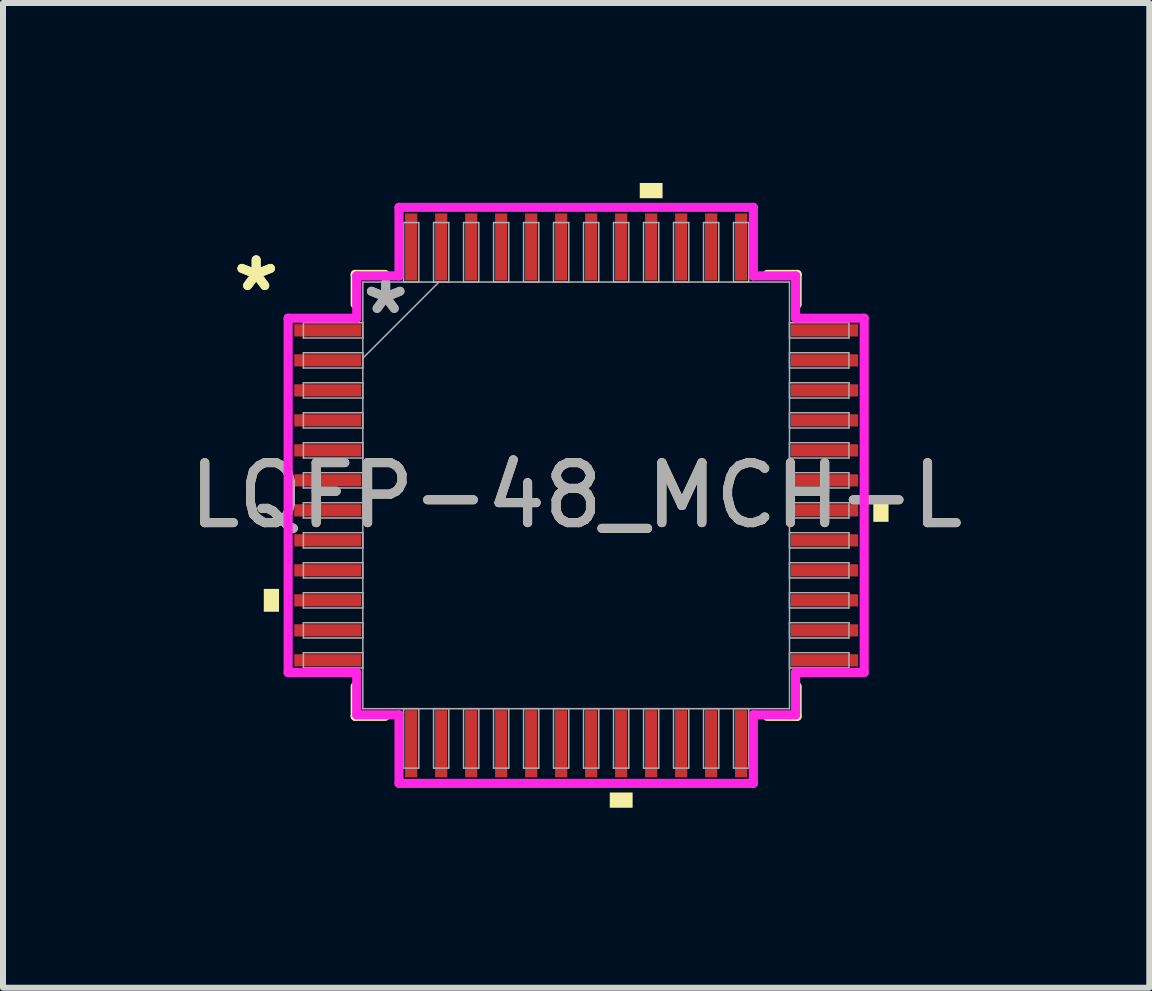
<source format=kicad_pcb>
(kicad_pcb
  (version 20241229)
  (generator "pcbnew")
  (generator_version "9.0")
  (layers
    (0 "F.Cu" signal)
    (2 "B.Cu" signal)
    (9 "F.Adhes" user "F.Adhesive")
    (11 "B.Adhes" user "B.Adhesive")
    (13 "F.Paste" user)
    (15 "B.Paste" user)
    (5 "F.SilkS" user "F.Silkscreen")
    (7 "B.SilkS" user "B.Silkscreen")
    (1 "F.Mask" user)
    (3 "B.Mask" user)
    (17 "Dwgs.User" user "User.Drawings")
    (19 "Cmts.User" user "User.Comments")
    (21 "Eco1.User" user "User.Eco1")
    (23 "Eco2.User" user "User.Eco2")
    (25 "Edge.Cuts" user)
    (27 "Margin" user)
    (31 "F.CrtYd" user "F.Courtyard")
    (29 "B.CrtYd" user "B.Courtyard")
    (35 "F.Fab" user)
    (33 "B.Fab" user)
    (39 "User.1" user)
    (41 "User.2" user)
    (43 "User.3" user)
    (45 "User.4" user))
  (footprint "LQFP-48_MCH-L"
    (layer "F.Cu")
    (at 6.554 5.207)
    (property "Reference" "LQFP-48_MCH-L" (at 0 0 0) (unlocked yes) (layer "F.SilkS") (effects (font (size 1 1) (thickness 0.15))))
    (attr smd)
    (fp_line (start -3.683 -3.683) (end -3.683 -3.184) (stroke (width 0.152) (type solid)) (layer "F.SilkS"))
    (fp_line (start -3.683 3.184) (end -3.683 3.683) (stroke (width 0.152) (type solid)) (layer "F.SilkS"))
    (fp_line (start -3.683 3.683) (end -3.184 3.683) (stroke (width 0.152) (type solid)) (layer "F.SilkS"))
    (fp_line (start -3.184 -3.683) (end -3.683 -3.683) (stroke (width 0.152) (type solid)) (layer "F.SilkS"))
    (fp_line (start 3.184 3.683) (end 3.683 3.683) (stroke (width 0.152) (type solid)) (layer "F.SilkS"))
    (fp_line (start 3.683 -3.683) (end 3.184 -3.683) (stroke (width 0.152) (type solid)) (layer "F.SilkS"))
    (fp_line (start 3.683 -3.184) (end 3.683 -3.683) (stroke (width 0.152) (type solid)) (layer "F.SilkS"))
    (fp_line (start 3.683 3.683) (end 3.683 3.184) (stroke (width 0.152) (type solid)) (layer "F.SilkS"))
    (fp_poly (pts (xy -5.207 1.559) (xy -5.207 1.94) (xy -4.953 1.94) (xy -4.953 1.559)) (stroke (width 0) (type solid)) (fill yes) (layer "F.SilkS"))
    (fp_poly (pts (xy 0.56 4.953) (xy 0.56 5.207) (xy 0.941 5.207) (xy 0.941 4.953)) (stroke (width 0) (type solid)) (fill yes) (layer "F.SilkS"))
    (fp_poly (pts (xy 1.06 -4.953) (xy 1.06 -5.207) (xy 1.44 -5.207) (xy 1.44 -4.953)) (stroke (width 0) (type solid)) (fill yes) (layer "F.SilkS"))
    (fp_poly (pts (xy 5.207 0.059) (xy 5.207 0.441) (xy 4.953 0.441) (xy 4.953 0.059)) (stroke (width 0) (type solid)) (fill yes) (layer "F.SilkS"))
    (fp_line (start -4.801 -2.953) (end -3.658 -2.953) (stroke (width 0.152) (type solid)) (layer "F.CrtYd"))
    (fp_line (start -4.801 2.953) (end -4.801 -2.953) (stroke (width 0.152) (type solid)) (layer "F.CrtYd"))
    (fp_line (start -3.658 -3.658) (end -2.953 -3.658) (stroke (width 0.152) (type solid)) (layer "F.CrtYd"))
    (fp_line (start -3.658 -2.953) (end -3.658 -3.658) (stroke (width 0.152) (type solid)) (layer "F.CrtYd"))
    (fp_line (start -3.658 2.953) (end -4.801 2.953) (stroke (width 0.152) (type solid)) (layer "F.CrtYd"))
    (fp_line (start -3.658 3.658) (end -3.658 2.953) (stroke (width 0.152) (type solid)) (layer "F.CrtYd"))
    (fp_line (start -3.658 3.658) (end -2.953 3.658) (stroke (width 0.152) (type solid)) (layer "F.CrtYd"))
    (fp_line (start -2.953 -4.801) (end 2.953 -4.801) (stroke (width 0.152) (type solid)) (layer "F.CrtYd"))
    (fp_line (start -2.953 -3.658) (end -2.953 -4.801) (stroke (width 0.152) (type solid)) (layer "F.CrtYd"))
    (fp_line (start -2.953 3.658) (end -2.953 4.801) (stroke (width 0.152) (type solid)) (layer "F.CrtYd"))
    (fp_line (start -2.953 4.801) (end 2.953 4.801) (stroke (width 0.152) (type solid)) (layer "F.CrtYd"))
    (fp_line (start 2.953 -4.801) (end 2.953 -3.658) (stroke (width 0.152) (type solid)) (layer "F.CrtYd"))
    (fp_line (start 2.953 -3.658) (end 3.658 -3.658) (stroke (width 0.152) (type solid)) (layer "F.CrtYd"))
    (fp_line (start 2.953 3.658) (end 3.658 3.658) (stroke (width 0.152) (type solid)) (layer "F.CrtYd"))
    (fp_line (start 2.953 4.801) (end 2.953 3.658) (stroke (width 0.152) (type solid)) (layer "F.CrtYd"))
    (fp_line (start 3.658 -2.953) (end 3.658 -3.658) (stroke (width 0.152) (type solid)) (layer "F.CrtYd"))
    (fp_line (start 3.658 2.953) (end 4.801 2.953) (stroke (width 0.152) (type solid)) (layer "F.CrtYd"))
    (fp_line (start 3.658 3.658) (end 3.658 2.953) (stroke (width 0.152) (type solid)) (layer "F.CrtYd"))
    (fp_line (start 4.801 -2.953) (end 3.658 -2.953) (stroke (width 0.152) (type solid)) (layer "F.CrtYd"))
    (fp_line (start 4.801 2.953) (end 4.801 -2.953) (stroke (width 0.152) (type solid)) (layer "F.CrtYd"))
    (fp_line (start -4.547 -2.877) (end -4.547 -2.623) (stroke (width 0.025) (type solid)) (layer "F.Fab"))
    (fp_line (start -4.547 -2.623) (end -3.556 -2.623) (stroke (width 0.025) (type solid)) (layer "F.Fab"))
    (fp_line (start -4.547 -2.377) (end -4.547 -2.123) (stroke (width 0.025) (type solid)) (layer "F.Fab"))
    (fp_line (start -4.547 -2.123) (end -3.556 -2.123) (stroke (width 0.025) (type solid)) (layer "F.Fab"))
    (fp_line (start -4.547 -1.877) (end -4.547 -1.623) (stroke (width 0.025) (type solid)) (layer "F.Fab"))
    (fp_line (start -4.547 -1.623) (end -3.556 -1.623) (stroke (width 0.025) (type solid)) (layer "F.Fab"))
    (fp_line (start -4.547 -1.377) (end -4.547 -1.123) (stroke (width 0.025) (type solid)) (layer "F.Fab"))
    (fp_line (start -4.547 -1.123) (end -3.556 -1.123) (stroke (width 0.025) (type solid)) (layer "F.Fab"))
    (fp_line (start -4.547 -0.877) (end -4.547 -0.623) (stroke (width 0.025) (type solid)) (layer "F.Fab"))
    (fp_line (start -4.547 -0.623) (end -3.556 -0.623) (stroke (width 0.025) (type solid)) (layer "F.Fab"))
    (fp_line (start -4.547 -0.377) (end -4.547 -0.123) (stroke (width 0.025) (type solid)) (layer "F.Fab"))
    (fp_line (start -4.547 -0.123) (end -3.556 -0.123) (stroke (width 0.025) (type solid)) (layer "F.Fab"))
    (fp_line (start -4.547 0.123) (end -4.547 0.377) (stroke (width 0.025) (type solid)) (layer "F.Fab"))
    (fp_line (start -4.547 0.377) (end -3.556 0.377) (stroke (width 0.025) (type solid)) (layer "F.Fab"))
    (fp_line (start -4.547 0.623) (end -4.547 0.877) (stroke (width 0.025) (type solid)) (layer "F.Fab"))
    (fp_line (start -4.547 0.877) (end -3.556 0.877) (stroke (width 0.025) (type solid)) (layer "F.Fab"))
    (fp_line (start -4.547 1.123) (end -4.547 1.377) (stroke (width 0.025) (type solid)) (layer "F.Fab"))
    (fp_line (start -4.547 1.377) (end -3.556 1.377) (stroke (width 0.025) (type solid)) (layer "F.Fab"))
    (fp_line (start -4.547 1.623) (end -4.547 1.877) (stroke (width 0.025) (type solid)) (layer "F.Fab"))
    (fp_line (start -4.547 1.877) (end -3.556 1.877) (stroke (width 0.025) (type solid)) (layer "F.Fab"))
    (fp_line (start -4.547 2.123) (end -4.547 2.377) (stroke (width 0.025) (type solid)) (layer "F.Fab"))
    (fp_line (start -4.547 2.377) (end -3.556 2.377) (stroke (width 0.025) (type solid)) (layer "F.Fab"))
    (fp_line (start -4.547 2.623) (end -4.547 2.877) (stroke (width 0.025) (type solid)) (layer "F.Fab"))
    (fp_line (start -4.547 2.877) (end -3.556 2.877) (stroke (width 0.025) (type solid)) (layer "F.Fab"))
    (fp_line (start -3.556 -3.556) (end -3.556 3.556) (stroke (width 0.025) (type solid)) (layer "F.Fab"))
    (fp_line (start -3.556 -2.877) (end -4.547 -2.877) (stroke (width 0.025) (type solid)) (layer "F.Fab"))
    (fp_line (start -3.556 -2.623) (end -3.556 -2.877) (stroke (width 0.025) (type solid)) (layer "F.Fab"))
    (fp_line (start -3.556 -2.377) (end -4.547 -2.377) (stroke (width 0.025) (type solid)) (layer "F.Fab"))
    (fp_line (start -3.556 -2.286) (end -2.286 -3.556) (stroke (width 0.025) (type solid)) (layer "F.Fab"))
    (fp_line (start -3.556 -2.123) (end -3.556 -2.377) (stroke (width 0.025) (type solid)) (layer "F.Fab"))
    (fp_line (start -3.556 -1.877) (end -4.547 -1.877) (stroke (width 0.025) (type solid)) (layer "F.Fab"))
    (fp_line (start -3.556 -1.623) (end -3.556 -1.877) (stroke (width 0.025) (type solid)) (layer "F.Fab"))
    (fp_line (start -3.556 -1.377) (end -4.547 -1.377) (stroke (width 0.025) (type solid)) (layer "F.Fab"))
    (fp_line (start -3.556 -1.123) (end -3.556 -1.377) (stroke (width 0.025) (type solid)) (layer "F.Fab"))
    (fp_line (start -3.556 -0.877) (end -4.547 -0.877) (stroke (width 0.025) (type solid)) (layer "F.Fab"))
    (fp_line (start -3.556 -0.623) (end -3.556 -0.877) (stroke (width 0.025) (type solid)) (layer "F.Fab"))
    (fp_line (start -3.556 -0.377) (end -4.547 -0.377) (stroke (width 0.025) (type solid)) (layer "F.Fab"))
    (fp_line (start -3.556 -0.123) (end -3.556 -0.377) (stroke (width 0.025) (type solid)) (layer "F.Fab"))
    (fp_line (start -3.556 0.123) (end -4.547 0.123) (stroke (width 0.025) (type solid)) (layer "F.Fab"))
    (fp_line (start -3.556 0.377) (end -3.556 0.123) (stroke (width 0.025) (type solid)) (layer "F.Fab"))
    (fp_line (start -3.556 0.623) (end -4.547 0.623) (stroke (width 0.025) (type solid)) (layer "F.Fab"))
    (fp_line (start -3.556 0.877) (end -3.556 0.623) (stroke (width 0.025) (type solid)) (layer "F.Fab"))
    (fp_line (start -3.556 1.123) (end -4.547 1.123) (stroke (width 0.025) (type solid)) (layer "F.Fab"))
    (fp_line (start -3.556 1.377) (end -3.556 1.123) (stroke (width 0.025) (type solid)) (layer "F.Fab"))
    (fp_line (start -3.556 1.623) (end -4.547 1.623) (stroke (width 0.025) (type solid)) (layer "F.Fab"))
    (fp_line (start -3.556 1.877) (end -3.556 1.623) (stroke (width 0.025) (type solid)) (layer "F.Fab"))
    (fp_line (start -3.556 2.123) (end -4.547 2.123) (stroke (width 0.025) (type solid)) (layer "F.Fab"))
    (fp_line (start -3.556 2.377) (end -3.556 2.123) (stroke (width 0.025) (type solid)) (layer "F.Fab"))
    (fp_line (start -3.556 2.623) (end -4.547 2.623) (stroke (width 0.025) (type solid)) (layer "F.Fab"))
    (fp_line (start -3.556 2.877) (end -3.556 2.623) (stroke (width 0.025) (type solid)) (layer "F.Fab"))
    (fp_line (start -3.556 3.556) (end 3.556 3.556) (stroke (width 0.025) (type solid)) (layer "F.Fab"))
    (fp_line (start -2.877 -4.547) (end -2.877 -3.556) (stroke (width 0.025) (type solid)) (layer "F.Fab"))
    (fp_line (start -2.877 -3.556) (end -2.623 -3.556) (stroke (width 0.025) (type solid)) (layer "F.Fab"))
    (fp_line (start -2.877 3.556) (end -2.877 4.547) (stroke (width 0.025) (type solid)) (layer "F.Fab"))
    (fp_line (start -2.877 4.547) (end -2.623 4.547) (stroke (width 0.025) (type solid)) (layer "F.Fab"))
    (fp_line (start -2.623 -4.547) (end -2.877 -4.547) (stroke (width 0.025) (type solid)) (layer "F.Fab"))
    (fp_line (start -2.623 -3.556) (end -2.623 -4.547) (stroke (width 0.025) (type solid)) (layer "F.Fab"))
    (fp_line (start -2.623 3.556) (end -2.877 3.556) (stroke (width 0.025) (type solid)) (layer "F.Fab"))
    (fp_line (start -2.623 4.547) (end -2.623 3.556) (stroke (width 0.025) (type solid)) (layer "F.Fab"))
    (fp_line (start -2.377 -4.547) (end -2.377 -3.556) (stroke (width 0.025) (type solid)) (layer "F.Fab"))
    (fp_line (start -2.377 -3.556) (end -2.123 -3.556) (stroke (width 0.025) (type solid)) (layer "F.Fab"))
    (fp_line (start -2.377 3.556) (end -2.377 4.547) (stroke (width 0.025) (type solid)) (layer "F.Fab"))
    (fp_line (start -2.377 4.547) (end -2.123 4.547) (stroke (width 0.025) (type solid)) (layer "F.Fab"))
    (fp_line (start -2.123 -4.547) (end -2.377 -4.547) (stroke (width 0.025) (type solid)) (layer "F.Fab"))
    (fp_line (start -2.123 -3.556) (end -2.123 -4.547) (stroke (width 0.025) (type solid)) (layer "F.Fab"))
    (fp_line (start -2.123 3.556) (end -2.377 3.556) (stroke (width 0.025) (type solid)) (layer "F.Fab"))
    (fp_line (start -2.123 4.547) (end -2.123 3.556) (stroke (width 0.025) (type solid)) (layer "F.Fab"))
    (fp_line (start -1.877 -4.547) (end -1.877 -3.556) (stroke (width 0.025) (type solid)) (layer "F.Fab"))
    (fp_line (start -1.877 -3.556) (end -1.623 -3.556) (stroke (width 0.025) (type solid)) (layer "F.Fab"))
    (fp_line (start -1.877 3.556) (end -1.877 4.547) (stroke (width 0.025) (type solid)) (layer "F.Fab"))
    (fp_line (start -1.877 4.547) (end -1.623 4.547) (stroke (width 0.025) (type solid)) (layer "F.Fab"))
    (fp_line (start -1.623 -4.547) (end -1.877 -4.547) (stroke (width 0.025) (type solid)) (layer "F.Fab"))
    (fp_line (start -1.623 -3.556) (end -1.623 -4.547) (stroke (width 0.025) (type solid)) (layer "F.Fab"))
    (fp_line (start -1.623 3.556) (end -1.877 3.556) (stroke (width 0.025) (type solid)) (layer "F.Fab"))
    (fp_line (start -1.623 4.547) (end -1.623 3.556) (stroke (width 0.025) (type solid)) (layer "F.Fab"))
    (fp_line (start -1.377 -4.547) (end -1.377 -3.556) (stroke (width 0.025) (type solid)) (layer "F.Fab"))
    (fp_line (start -1.377 -3.556) (end -1.123 -3.556) (stroke (width 0.025) (type solid)) (layer "F.Fab"))
    (fp_line (start -1.377 3.556) (end -1.377 4.547) (stroke (width 0.025) (type solid)) (layer "F.Fab"))
    (fp_line (start -1.377 4.547) (end -1.123 4.547) (stroke (width 0.025) (type solid)) (layer "F.Fab"))
    (fp_line (start -1.123 -4.547) (end -1.377 -4.547) (stroke (width 0.025) (type solid)) (layer "F.Fab"))
    (fp_line (start -1.123 -3.556) (end -1.123 -4.547) (stroke (width 0.025) (type solid)) (layer "F.Fab"))
    (fp_line (start -1.123 3.556) (end -1.377 3.556) (stroke (width 0.025) (type solid)) (layer "F.Fab"))
    (fp_line (start -1.123 4.547) (end -1.123 3.556) (stroke (width 0.025) (type solid)) (layer "F.Fab"))
    (fp_line (start -0.877 -4.547) (end -0.877 -3.556) (stroke (width 0.025) (type solid)) (layer "F.Fab"))
    (fp_line (start -0.877 -3.556) (end -0.623 -3.556) (stroke (width 0.025) (type solid)) (layer "F.Fab"))
    (fp_line (start -0.877 3.556) (end -0.877 4.547) (stroke (width 0.025) (type solid)) (layer "F.Fab"))
    (fp_line (start -0.877 4.547) (end -0.623 4.547) (stroke (width 0.025) (type solid)) (layer "F.Fab"))
    (fp_line (start -0.623 -4.547) (end -0.877 -4.547) (stroke (width 0.025) (type solid)) (layer "F.Fab"))
    (fp_line (start -0.623 -3.556) (end -0.623 -4.547) (stroke (width 0.025) (type solid)) (layer "F.Fab"))
    (fp_line (start -0.623 3.556) (end -0.877 3.556) (stroke (width 0.025) (type solid)) (layer "F.Fab"))
    (fp_line (start -0.623 4.547) (end -0.623 3.556) (stroke (width 0.025) (type solid)) (layer "F.Fab"))
    (fp_line (start -0.377 -4.547) (end -0.377 -3.556) (stroke (width 0.025) (type solid)) (layer "F.Fab"))
    (fp_line (start -0.377 -3.556) (end -0.123 -3.556) (stroke (width 0.025) (type solid)) (layer "F.Fab"))
    (fp_line (start -0.377 3.556) (end -0.377 4.547) (stroke (width 0.025) (type solid)) (layer "F.Fab"))
    (fp_line (start -0.377 4.547) (end -0.123 4.547) (stroke (width 0.025) (type solid)) (layer "F.Fab"))
    (fp_line (start -0.123 -4.547) (end -0.377 -4.547) (stroke (width 0.025) (type solid)) (layer "F.Fab"))
    (fp_line (start -0.123 -3.556) (end -0.123 -4.547) (stroke (width 0.025) (type solid)) (layer "F.Fab"))
    (fp_line (start -0.123 3.556) (end -0.377 3.556) (stroke (width 0.025) (type solid)) (layer "F.Fab"))
    (fp_line (start -0.123 4.547) (end -0.123 3.556) (stroke (width 0.025) (type solid)) (layer "F.Fab"))
    (fp_line (start 0.123 -4.547) (end 0.123 -3.556) (stroke (width 0.025) (type solid)) (layer "F.Fab"))
    (fp_line (start 0.123 -3.556) (end 0.377 -3.556) (stroke (width 0.025) (type solid)) (layer "F.Fab"))
    (fp_line (start 0.123 3.556) (end 0.123 4.547) (stroke (width 0.025) (type solid)) (layer "F.Fab"))
    (fp_line (start 0.123 4.547) (end 0.377 4.547) (stroke (width 0.025) (type solid)) (layer "F.Fab"))
    (fp_line (start 0.377 -4.547) (end 0.123 -4.547) (stroke (width 0.025) (type solid)) (layer "F.Fab"))
    (fp_line (start 0.377 -3.556) (end 0.377 -4.547) (stroke (width 0.025) (type solid)) (layer "F.Fab"))
    (fp_line (start 0.377 3.556) (end 0.123 3.556) (stroke (width 0.025) (type solid)) (layer "F.Fab"))
    (fp_line (start 0.377 4.547) (end 0.377 3.556) (stroke (width 0.025) (type solid)) (layer "F.Fab"))
    (fp_line (start 0.623 -4.547) (end 0.623 -3.556) (stroke (width 0.025) (type solid)) (layer "F.Fab"))
    (fp_line (start 0.623 -3.556) (end 0.877 -3.556) (stroke (width 0.025) (type solid)) (layer "F.Fab"))
    (fp_line (start 0.623 3.556) (end 0.623 4.547) (stroke (width 0.025) (type solid)) (layer "F.Fab"))
    (fp_line (start 0.623 4.547) (end 0.877 4.547) (stroke (width 0.025) (type solid)) (layer "F.Fab"))
    (fp_line (start 0.877 -4.547) (end 0.623 -4.547) (stroke (width 0.025) (type solid)) (layer "F.Fab"))
    (fp_line (start 0.877 -3.556) (end 0.877 -4.547) (stroke (width 0.025) (type solid)) (layer "F.Fab"))
    (fp_line (start 0.877 3.556) (end 0.623 3.556) (stroke (width 0.025) (type solid)) (layer "F.Fab"))
    (fp_line (start 0.877 4.547) (end 0.877 3.556) (stroke (width 0.025) (type solid)) (layer "F.Fab"))
    (fp_line (start 1.123 -4.547) (end 1.123 -3.556) (stroke (width 0.025) (type solid)) (layer "F.Fab"))
    (fp_line (start 1.123 -3.556) (end 1.377 -3.556) (stroke (width 0.025) (type solid)) (layer "F.Fab"))
    (fp_line (start 1.123 3.556) (end 1.123 4.547) (stroke (width 0.025) (type solid)) (layer "F.Fab"))
    (fp_line (start 1.123 4.547) (end 1.377 4.547) (stroke (width 0.025) (type solid)) (layer "F.Fab"))
    (fp_line (start 1.377 -4.547) (end 1.123 -4.547) (stroke (width 0.025) (type solid)) (layer "F.Fab"))
    (fp_line (start 1.377 -3.556) (end 1.377 -4.547) (stroke (width 0.025) (type solid)) (layer "F.Fab"))
    (fp_line (start 1.377 3.556) (end 1.123 3.556) (stroke (width 0.025) (type solid)) (layer "F.Fab"))
    (fp_line (start 1.377 4.547) (end 1.377 3.556) (stroke (width 0.025) (type solid)) (layer "F.Fab"))
    (fp_line (start 1.623 -4.547) (end 1.623 -3.556) (stroke (width 0.025) (type solid)) (layer "F.Fab"))
    (fp_line (start 1.623 -3.556) (end 1.877 -3.556) (stroke (width 0.025) (type solid)) (layer "F.Fab"))
    (fp_line (start 1.623 3.556) (end 1.623 4.547) (stroke (width 0.025) (type solid)) (layer "F.Fab"))
    (fp_line (start 1.623 4.547) (end 1.877 4.547) (stroke (width 0.025) (type solid)) (layer "F.Fab"))
    (fp_line (start 1.877 -4.547) (end 1.623 -4.547) (stroke (width 0.025) (type solid)) (layer "F.Fab"))
    (fp_line (start 1.877 -3.556) (end 1.877 -4.547) (stroke (width 0.025) (type solid)) (layer "F.Fab"))
    (fp_line (start 1.877 3.556) (end 1.623 3.556) (stroke (width 0.025) (type solid)) (layer "F.Fab"))
    (fp_line (start 1.877 4.547) (end 1.877 3.556) (stroke (width 0.025) (type solid)) (layer "F.Fab"))
    (fp_line (start 2.123 -4.547) (end 2.123 -3.556) (stroke (width 0.025) (type solid)) (layer "F.Fab"))
    (fp_line (start 2.123 -3.556) (end 2.377 -3.556) (stroke (width 0.025) (type solid)) (layer "F.Fab"))
    (fp_line (start 2.123 3.556) (end 2.123 4.547) (stroke (width 0.025) (type solid)) (layer "F.Fab"))
    (fp_line (start 2.123 4.547) (end 2.377 4.547) (stroke (width 0.025) (type solid)) (layer "F.Fab"))
    (fp_line (start 2.377 -4.547) (end 2.123 -4.547) (stroke (width 0.025) (type solid)) (layer "F.Fab"))
    (fp_line (start 2.377 -3.556) (end 2.377 -4.547) (stroke (width 0.025) (type solid)) (layer "F.Fab"))
    (fp_line (start 2.377 3.556) (end 2.123 3.556) (stroke (width 0.025) (type solid)) (layer "F.Fab"))
    (fp_line (start 2.377 4.547) (end 2.377 3.556) (stroke (width 0.025) (type solid)) (layer "F.Fab"))
    (fp_line (start 2.623 -4.547) (end 2.623 -3.556) (stroke (width 0.025) (type solid)) (layer "F.Fab"))
    (fp_line (start 2.623 -3.556) (end 2.877 -3.556) (stroke (width 0.025) (type solid)) (layer "F.Fab"))
    (fp_line (start 2.623 3.556) (end 2.623 4.547) (stroke (width 0.025) (type solid)) (layer "F.Fab"))
    (fp_line (start 2.623 4.547) (end 2.877 4.547) (stroke (width 0.025) (type solid)) (layer "F.Fab"))
    (fp_line (start 2.877 -4.547) (end 2.623 -4.547) (stroke (width 0.025) (type solid)) (layer "F.Fab"))
    (fp_line (start 2.877 -3.556) (end 2.877 -4.547) (stroke (width 0.025) (type solid)) (layer "F.Fab"))
    (fp_line (start 2.877 3.556) (end 2.623 3.556) (stroke (width 0.025) (type solid)) (layer "F.Fab"))
    (fp_line (start 2.877 4.547) (end 2.877 3.556) (stroke (width 0.025) (type solid)) (layer "F.Fab"))
    (fp_line (start 3.556 -3.556) (end -3.556 -3.556) (stroke (width 0.025) (type solid)) (layer "F.Fab"))
    (fp_line (start 3.556 -2.877) (end 3.556 -2.623) (stroke (width 0.025) (type solid)) (layer "F.Fab"))
    (fp_line (start 3.556 -2.623) (end 4.547 -2.623) (stroke (width 0.025) (type solid)) (layer "F.Fab"))
    (fp_line (start 3.556 -2.377) (end 3.556 -2.123) (stroke (width 0.025) (type solid)) (layer "F.Fab"))
    (fp_line (start 3.556 -2.123) (end 4.547 -2.123) (stroke (width 0.025) (type solid)) (layer "F.Fab"))
    (fp_line (start 3.556 -1.877) (end 3.556 -1.623) (stroke (width 0.025) (type solid)) (layer "F.Fab"))
    (fp_line (start 3.556 -1.623) (end 4.547 -1.623) (stroke (width 0.025) (type solid)) (layer "F.Fab"))
    (fp_line (start 3.556 -1.377) (end 3.556 -1.123) (stroke (width 0.025) (type solid)) (layer "F.Fab"))
    (fp_line (start 3.556 -1.123) (end 4.547 -1.123) (stroke (width 0.025) (type solid)) (layer "F.Fab"))
    (fp_line (start 3.556 -0.877) (end 3.556 -0.623) (stroke (width 0.025) (type solid)) (layer "F.Fab"))
    (fp_line (start 3.556 -0.623) (end 4.547 -0.623) (stroke (width 0.025) (type solid)) (layer "F.Fab"))
    (fp_line (start 3.556 -0.377) (end 3.556 -0.123) (stroke (width 0.025) (type solid)) (layer "F.Fab"))
    (fp_line (start 3.556 -0.123) (end 4.547 -0.123) (stroke (width 0.025) (type solid)) (layer "F.Fab"))
    (fp_line (start 3.556 0.123) (end 3.556 0.377) (stroke (width 0.025) (type solid)) (layer "F.Fab"))
    (fp_line (start 3.556 0.377) (end 4.547 0.377) (stroke (width 0.025) (type solid)) (layer "F.Fab"))
    (fp_line (start 3.556 0.623) (end 3.556 0.877) (stroke (width 0.025) (type solid)) (layer "F.Fab"))
    (fp_line (start 3.556 0.877) (end 4.547 0.877) (stroke (width 0.025) (type solid)) (layer "F.Fab"))
    (fp_line (start 3.556 1.123) (end 3.556 1.377) (stroke (width 0.025) (type solid)) (layer "F.Fab"))
    (fp_line (start 3.556 1.377) (end 4.547 1.377) (stroke (width 0.025) (type solid)) (layer "F.Fab"))
    (fp_line (start 3.556 1.623) (end 3.556 1.877) (stroke (width 0.025) (type solid)) (layer "F.Fab"))
    (fp_line (start 3.556 1.877) (end 4.547 1.877) (stroke (width 0.025) (type solid)) (layer "F.Fab"))
    (fp_line (start 3.556 2.123) (end 3.556 2.377) (stroke (width 0.025) (type solid)) (layer "F.Fab"))
    (fp_line (start 3.556 2.377) (end 4.547 2.377) (stroke (width 0.025) (type solid)) (layer "F.Fab"))
    (fp_line (start 3.556 2.623) (end 3.556 2.877) (stroke (width 0.025) (type solid)) (layer "F.Fab"))
    (fp_line (start 3.556 2.877) (end 4.547 2.877) (stroke (width 0.025) (type solid)) (layer "F.Fab"))
    (fp_line (start 3.556 3.556) (end 3.556 -3.556) (stroke (width 0.025) (type solid)) (layer "F.Fab"))
    (fp_line (start 4.547 -2.877) (end 3.556 -2.877) (stroke (width 0.025) (type solid)) (layer "F.Fab"))
    (fp_line (start 4.547 -2.623) (end 4.547 -2.877) (stroke (width 0.025) (type solid)) (layer "F.Fab"))
    (fp_line (start 4.547 -2.377) (end 3.556 -2.377) (stroke (width 0.025) (type solid)) (layer "F.Fab"))
    (fp_line (start 4.547 -2.123) (end 4.547 -2.377) (stroke (width 0.025) (type solid)) (layer "F.Fab"))
    (fp_line (start 4.547 -1.877) (end 3.556 -1.877) (stroke (width 0.025) (type solid)) (layer "F.Fab"))
    (fp_line (start 4.547 -1.623) (end 4.547 -1.877) (stroke (width 0.025) (type solid)) (layer "F.Fab"))
    (fp_line (start 4.547 -1.377) (end 3.556 -1.377) (stroke (width 0.025) (type solid)) (layer "F.Fab"))
    (fp_line (start 4.547 -1.123) (end 4.547 -1.377) (stroke (width 0.025) (type solid)) (layer "F.Fab"))
    (fp_line (start 4.547 -0.877) (end 3.556 -0.877) (stroke (width 0.025) (type solid)) (layer "F.Fab"))
    (fp_line (start 4.547 -0.623) (end 4.547 -0.877) (stroke (width 0.025) (type solid)) (layer "F.Fab"))
    (fp_line (start 4.547 -0.377) (end 3.556 -0.377) (stroke (width 0.025) (type solid)) (layer "F.Fab"))
    (fp_line (start 4.547 -0.123) (end 4.547 -0.377) (stroke (width 0.025) (type solid)) (layer "F.Fab"))
    (fp_line (start 4.547 0.123) (end 3.556 0.123) (stroke (width 0.025) (type solid)) (layer "F.Fab"))
    (fp_line (start 4.547 0.377) (end 4.547 0.123) (stroke (width 0.025) (type solid)) (layer "F.Fab"))
    (fp_line (start 4.547 0.623) (end 3.556 0.623) (stroke (width 0.025) (type solid)) (layer "F.Fab"))
    (fp_line (start 4.547 0.877) (end 4.547 0.623) (stroke (width 0.025) (type solid)) (layer "F.Fab"))
    (fp_line (start 4.547 1.123) (end 3.556 1.123) (stroke (width 0.025) (type solid)) (layer "F.Fab"))
    (fp_line (start 4.547 1.377) (end 4.547 1.123) (stroke (width 0.025) (type solid)) (layer "F.Fab"))
    (fp_line (start 4.547 1.623) (end 3.556 1.623) (stroke (width 0.025) (type solid)) (layer "F.Fab"))
    (fp_line (start 4.547 1.877) (end 4.547 1.623) (stroke (width 0.025) (type solid)) (layer "F.Fab"))
    (fp_line (start 4.547 2.123) (end 3.556 2.123) (stroke (width 0.025) (type solid)) (layer "F.Fab"))
    (fp_line (start 4.547 2.377) (end 4.547 2.123) (stroke (width 0.025) (type solid)) (layer "F.Fab"))
    (fp_line (start 4.547 2.623) (end 3.556 2.623) (stroke (width 0.025) (type solid)) (layer "F.Fab"))
    (fp_line (start 4.547 2.877) (end 4.547 2.623) (stroke (width 0.025) (type solid)) (layer "F.Fab"))
    (fp_text user "*" (at -5.334 -3.381 0) (layer "F.SilkS") (effects (font (size 1 1) (thickness 0.15))))
    (fp_text user "*" (at -5.334 -3.381 0) (unlocked yes) (layer "F.SilkS") (effects (font (size 1 1) (thickness 0.15))))
    (fp_text user "*" (at -3.175 -3 0) (unlocked yes) (layer "F.Fab") (effects (font (size 1 1) (thickness 0.15))))
    (fp_text user "*" (at -3.175 -3 0) (layer "F.Fab") (effects (font (size 1 1) (thickness 0.15))))
    (fp_text user "${REFERENCE}" (at 0 0 0) (unlocked yes) (layer "F.Fab") (effects (font (size 1 1) (thickness 0.15))))
    (pad "1" smd rect (at -4.14 -2.75 90) (size 0.203 1.118) (layers "F.Cu" "F.Mask" "F.Paste"))
    (pad "2" smd rect (at -4.14 -2.25 90) (size 0.203 1.118) (layers "F.Cu" "F.Mask" "F.Paste"))
    (pad "3" smd rect (at -4.14 -1.75 90) (size 0.203 1.118) (layers "F.Cu" "F.Mask" "F.Paste"))
    (pad "4" smd rect (at -4.14 -1.25 90) (size 0.203 1.118) (layers "F.Cu" "F.Mask" "F.Paste"))
    (pad "5" smd rect (at -4.14 -0.75 90) (size 0.203 1.118) (layers "F.Cu" "F.Mask" "F.Paste"))
    (pad "6" smd rect (at -4.14 -0.25 90) (size 0.203 1.118) (layers "F.Cu" "F.Mask" "F.Paste"))
    (pad "7" smd rect (at -4.14 0.25 90) (size 0.203 1.118) (layers "F.Cu" "F.Mask" "F.Paste"))
    (pad "8" smd rect (at -4.14 0.75 90) (size 0.203 1.118) (layers "F.Cu" "F.Mask" "F.Paste"))
    (pad "9" smd rect (at -4.14 1.25 90) (size 0.203 1.118) (layers "F.Cu" "F.Mask" "F.Paste"))
    (pad "10" smd rect (at -4.14 1.75 90) (size 0.203 1.118) (layers "F.Cu" "F.Mask" "F.Paste"))
    (pad "11" smd rect (at -4.14 2.25 90) (size 0.203 1.118) (layers "F.Cu" "F.Mask" "F.Paste"))
    (pad "12" smd rect (at -4.14 2.75 90) (size 0.203 1.118) (layers "F.Cu" "F.Mask" "F.Paste"))
    (pad "13" smd rect (at -2.75 4.14) (size 0.203 1.118) (layers "F.Cu" "F.Mask" "F.Paste"))
    (pad "14" smd rect (at -2.25 4.14) (size 0.203 1.118) (layers "F.Cu" "F.Mask" "F.Paste"))
    (pad "15" smd rect (at -1.75 4.14) (size 0.203 1.118) (layers "F.Cu" "F.Mask" "F.Paste"))
    (pad "16" smd rect (at -1.25 4.14) (size 0.203 1.118) (layers "F.Cu" "F.Mask" "F.Paste"))
    (pad "17" smd rect (at -0.75 4.14) (size 0.203 1.118) (layers "F.Cu" "F.Mask" "F.Paste"))
    (pad "18" smd rect (at -0.25 4.14) (size 0.203 1.118) (layers "F.Cu" "F.Mask" "F.Paste"))
    (pad "19" smd rect (at 0.25 4.14) (size 0.203 1.118) (layers "F.Cu" "F.Mask" "F.Paste"))
    (pad "20" smd rect (at 0.75 4.14) (size 0.203 1.118) (layers "F.Cu" "F.Mask" "F.Paste"))
    (pad "21" smd rect (at 1.25 4.14) (size 0.203 1.118) (layers "F.Cu" "F.Mask" "F.Paste"))
    (pad "22" smd rect (at 1.75 4.14) (size 0.203 1.118) (layers "F.Cu" "F.Mask" "F.Paste"))
    (pad "23" smd rect (at 2.25 4.14) (size 0.203 1.118) (layers "F.Cu" "F.Mask" "F.Paste"))
    (pad "24" smd rect (at 2.75 4.14) (size 0.203 1.118) (layers "F.Cu" "F.Mask" "F.Paste"))
    (pad "25" smd rect (at 4.14 2.75 90) (size 0.203 1.118) (layers "F.Cu" "F.Mask" "F.Paste"))
    (pad "26" smd rect (at 4.14 2.25 90) (size 0.203 1.118) (layers "F.Cu" "F.Mask" "F.Paste"))
    (pad "27" smd rect (at 4.14 1.75 90) (size 0.203 1.118) (layers "F.Cu" "F.Mask" "F.Paste"))
    (pad "28" smd rect (at 4.14 1.25 90) (size 0.203 1.118) (layers "F.Cu" "F.Mask" "F.Paste"))
    (pad "29" smd rect (at 4.14 0.75 90) (size 0.203 1.118) (layers "F.Cu" "F.Mask" "F.Paste"))
    (pad "30" smd rect (at 4.14 0.25 90) (size 0.203 1.118) (layers "F.Cu" "F.Mask" "F.Paste"))
    (pad "31" smd rect (at 4.14 -0.25 90) (size 0.203 1.118) (layers "F.Cu" "F.Mask" "F.Paste"))
    (pad "32" smd rect (at 4.14 -0.75 90) (size 0.203 1.118) (layers "F.Cu" "F.Mask" "F.Paste"))
    (pad "33" smd rect (at 4.14 -1.25 90) (size 0.203 1.118) (layers "F.Cu" "F.Mask" "F.Paste"))
    (pad "34" smd rect (at 4.14 -1.75 90) (size 0.203 1.118) (layers "F.Cu" "F.Mask" "F.Paste"))
    (pad "35" smd rect (at 4.14 -2.25 90) (size 0.203 1.118) (layers "F.Cu" "F.Mask" "F.Paste"))
    (pad "36" smd rect (at 4.14 -2.75 90) (size 0.203 1.118) (layers "F.Cu" "F.Mask" "F.Paste"))
    (pad "37" smd rect (at 2.75 -4.14) (size 0.203 1.118) (layers "F.Cu" "F.Mask" "F.Paste"))
    (pad "38" smd rect (at 2.25 -4.14) (size 0.203 1.118) (layers "F.Cu" "F.Mask" "F.Paste"))
    (pad "39" smd rect (at 1.75 -4.14) (size 0.203 1.118) (layers "F.Cu" "F.Mask" "F.Paste"))
    (pad "40" smd rect (at 1.25 -4.14) (size 0.203 1.118) (layers "F.Cu" "F.Mask" "F.Paste"))
    (pad "41" smd rect (at 0.75 -4.14) (size 0.203 1.118) (layers "F.Cu" "F.Mask" "F.Paste"))
    (pad "42" smd rect (at 0.25 -4.14) (size 0.203 1.118) (layers "F.Cu" "F.Mask" "F.Paste"))
    (pad "43" smd rect (at -0.25 -4.14) (size 0.203 1.118) (layers "F.Cu" "F.Mask" "F.Paste"))
    (pad "44" smd rect (at -0.75 -4.14) (size 0.203 1.118) (layers "F.Cu" "F.Mask" "F.Paste"))
    (pad "45" smd rect (at -1.25 -4.14) (size 0.203 1.118) (layers "F.Cu" "F.Mask" "F.Paste"))
    (pad "46" smd rect (at -1.75 -4.14) (size 0.203 1.118) (layers "F.Cu" "F.Mask" "F.Paste"))
    (pad "47" smd rect (at -2.25 -4.14) (size 0.203 1.118) (layers "F.Cu" "F.Mask" "F.Paste"))
    (pad "48" smd rect (at -2.75 -4.14) (size 0.203 1.118) (layers "F.Cu" "F.Mask" "F.Paste")))
  (gr_rect
    (start -3 -3)
    (end 16.107 13.414)
    (stroke (width 0.1) (type default))
    (fill no)
    (layer "Edge.Cuts")))
</source>
